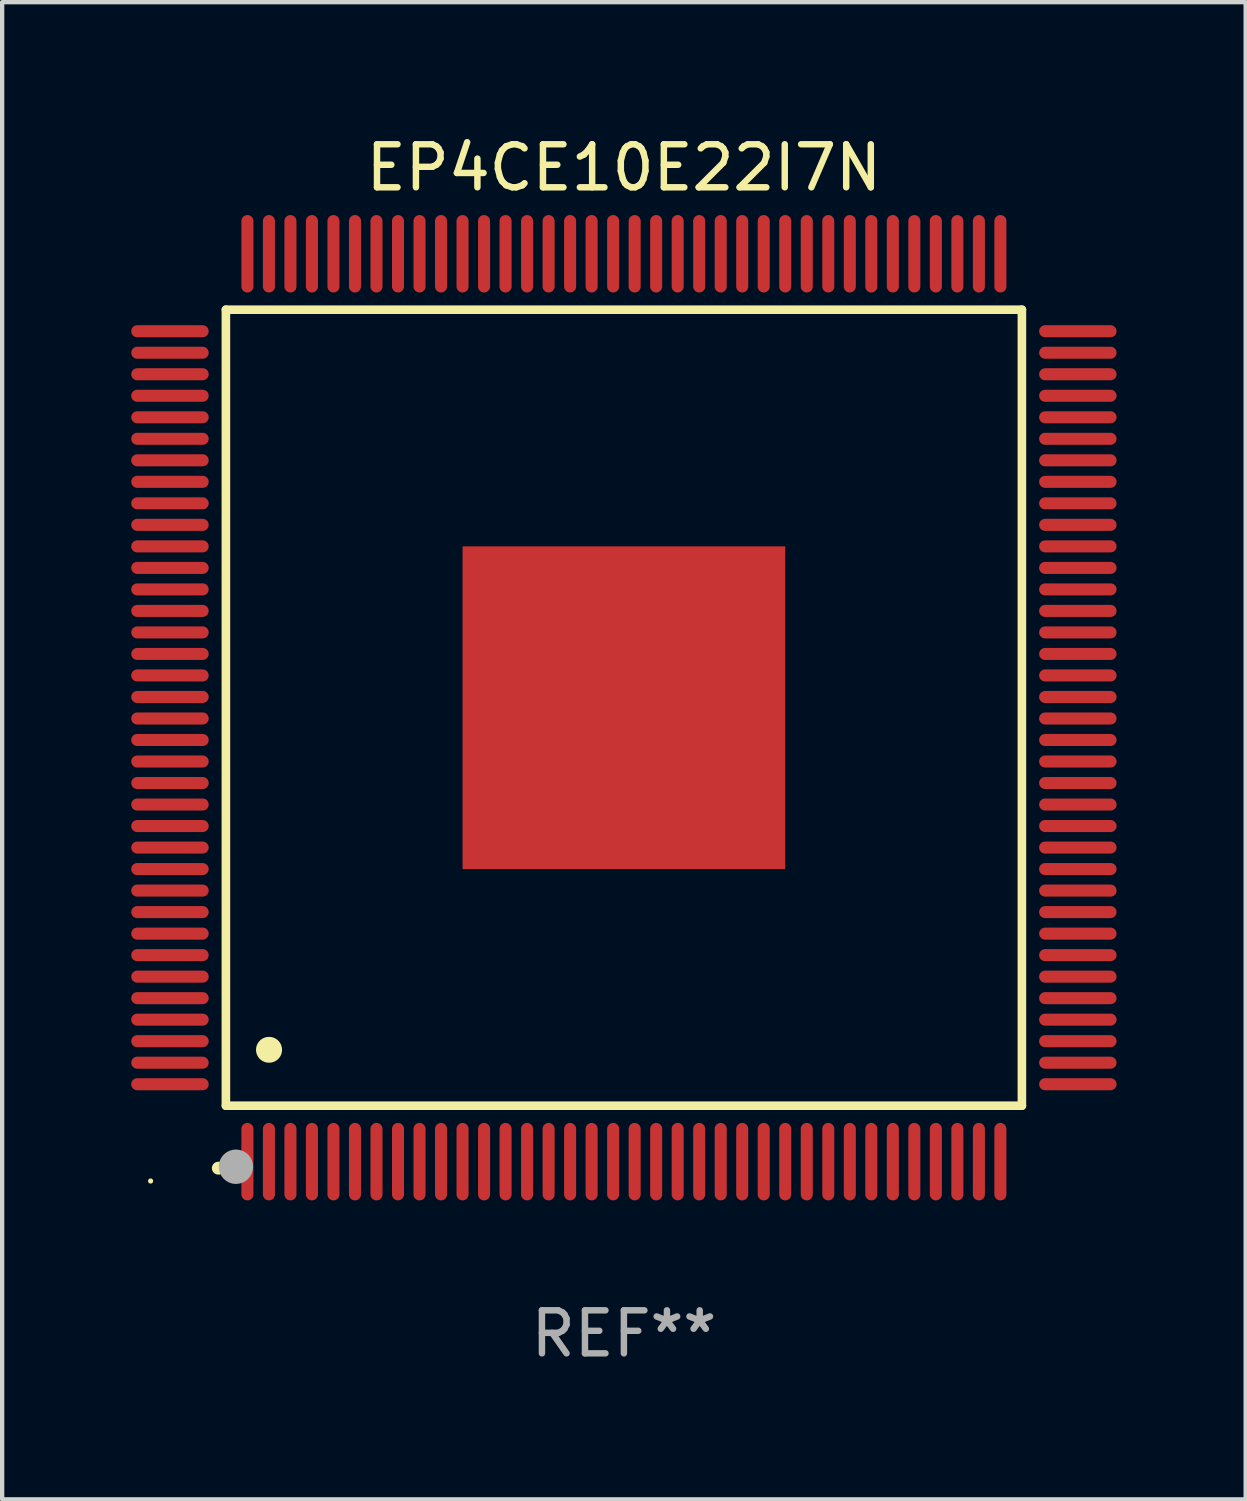
<source format=kicad_pcb>
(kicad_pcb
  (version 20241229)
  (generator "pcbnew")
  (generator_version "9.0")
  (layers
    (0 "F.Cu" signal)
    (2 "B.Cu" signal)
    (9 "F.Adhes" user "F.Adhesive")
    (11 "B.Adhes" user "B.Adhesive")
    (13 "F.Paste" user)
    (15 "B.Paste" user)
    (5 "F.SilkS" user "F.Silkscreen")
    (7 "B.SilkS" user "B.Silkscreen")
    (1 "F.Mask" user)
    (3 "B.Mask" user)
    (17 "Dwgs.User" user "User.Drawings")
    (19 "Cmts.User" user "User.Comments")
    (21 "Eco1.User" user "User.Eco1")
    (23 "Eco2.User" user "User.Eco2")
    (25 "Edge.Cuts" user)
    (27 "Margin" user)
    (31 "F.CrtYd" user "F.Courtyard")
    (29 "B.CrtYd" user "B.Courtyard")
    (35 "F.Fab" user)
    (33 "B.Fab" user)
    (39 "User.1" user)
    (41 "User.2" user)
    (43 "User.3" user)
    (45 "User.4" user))
  (footprint "EP4CE10E22I7N"
    (layer "F.Cu")
    (at 11.45 13.398)
    (property "Reference" "EP4CE10E22I7N" (at 0 -12.55 0) (layer "F.SilkS") (effects (font (size 1 1) (thickness 0.15))))
    (attr through_hole)
    (fp_line (start -9.25 -9.25) (end 9.25 -9.25) (stroke (width 0.2) (type solid)) (layer "F.SilkS"))
    (fp_line (start -9.25 9.25) (end -9.25 -9.25) (stroke (width 0.2) (type solid)) (layer "F.SilkS"))
    (fp_line (start 9.25 -9.25) (end 9.25 9.25) (stroke (width 0.2) (type solid)) (layer "F.SilkS"))
    (fp_line (start 9.25 9.25) (end -9.25 9.25) (stroke (width 0.2) (type solid)) (layer "F.SilkS"))
    (fp_arc (start -9.425959 10.701041) (mid -9.424689 10.701036) (end -9.423419 10.701041) (stroke (width 0.3) (type solid)) (layer "F.SilkS"))
    (fp_arc (start -8.249936 7.950216) (mid -8.247396 7.950205) (end -8.244856 7.950216) (stroke (width 0.6) (type solid)) (layer "F.SilkS"))
    (fp_circle (center -11 11) (end -10.97 11) (stroke (width 0.06) (type solid)) (fill no) (layer "F.SilkS"))
    (fp_circle (center -9.017 10.668) (end -8.817 10.668) (stroke (width 0.4) (type solid)) (fill no) (layer "F.Fab"))
    (fp_text user "REF**" (at 0 14.55 0) (layer "F.Fab") (effects (font (size 1 1) (thickness 0.15))))
    (pad "1" smd oval (at -8.75 10.55 180) (size 0.28 1.8) (layers "F.Cu" "F.Mask" "F.Paste"))
    (pad "2" smd oval (at -8.25 10.55 180) (size 0.28 1.8) (layers "F.Cu" "F.Mask" "F.Paste"))
    (pad "3" smd oval (at -7.75 10.55 180) (size 0.28 1.8) (layers "F.Cu" "F.Mask" "F.Paste"))
    (pad "4" smd oval (at -7.25 10.55 180) (size 0.28 1.8) (layers "F.Cu" "F.Mask" "F.Paste"))
    (pad "5" smd oval (at -6.75 10.55 180) (size 0.28 1.8) (layers "F.Cu" "F.Mask" "F.Paste"))
    (pad "6" smd oval (at -6.25 10.55 180) (size 0.28 1.8) (layers "F.Cu" "F.Mask" "F.Paste"))
    (pad "7" smd oval (at -5.75 10.55 180) (size 0.28 1.8) (layers "F.Cu" "F.Mask" "F.Paste"))
    (pad "8" smd oval (at -5.25 10.55 180) (size 0.28 1.8) (layers "F.Cu" "F.Mask" "F.Paste"))
    (pad "9" smd oval (at -4.75 10.55 180) (size 0.28 1.8) (layers "F.Cu" "F.Mask" "F.Paste"))
    (pad "10" smd oval (at -4.25 10.55 180) (size 0.28 1.8) (layers "F.Cu" "F.Mask" "F.Paste"))
    (pad "11" smd oval (at -3.75 10.55 180) (size 0.28 1.8) (layers "F.Cu" "F.Mask" "F.Paste"))
    (pad "12" smd oval (at -3.25 10.55 180) (size 0.28 1.8) (layers "F.Cu" "F.Mask" "F.Paste"))
    (pad "13" smd oval (at -2.75 10.55 180) (size 0.28 1.8) (layers "F.Cu" "F.Mask" "F.Paste"))
    (pad "14" smd oval (at -2.25 10.55 180) (size 0.28 1.8) (layers "F.Cu" "F.Mask" "F.Paste"))
    (pad "15" smd oval (at -1.75 10.55 180) (size 0.28 1.8) (layers "F.Cu" "F.Mask" "F.Paste"))
    (pad "16" smd oval (at -1.25 10.55 180) (size 0.28 1.8) (layers "F.Cu" "F.Mask" "F.Paste"))
    (pad "17" smd oval (at -0.75 10.55 180) (size 0.28 1.8) (layers "F.Cu" "F.Mask" "F.Paste"))
    (pad "18" smd oval (at -0.25 10.55 180) (size 0.28 1.8) (layers "F.Cu" "F.Mask" "F.Paste"))
    (pad "19" smd oval (at 0.25 10.55 180) (size 0.28 1.8) (layers "F.Cu" "F.Mask" "F.Paste"))
    (pad "20" smd oval (at 0.75 10.55 180) (size 0.28 1.8) (layers "F.Cu" "F.Mask" "F.Paste"))
    (pad "21" smd oval (at 1.25 10.55 180) (size 0.28 1.8) (layers "F.Cu" "F.Mask" "F.Paste"))
    (pad "22" smd oval (at 1.75 10.55 180) (size 0.28 1.8) (layers "F.Cu" "F.Mask" "F.Paste"))
    (pad "23" smd oval (at 2.25 10.55 180) (size 0.28 1.8) (layers "F.Cu" "F.Mask" "F.Paste"))
    (pad "24" smd oval (at 2.75 10.55 180) (size 0.28 1.8) (layers "F.Cu" "F.Mask" "F.Paste"))
    (pad "25" smd oval (at 3.25 10.55 180) (size 0.28 1.8) (layers "F.Cu" "F.Mask" "F.Paste"))
    (pad "26" smd oval (at 3.75 10.55 180) (size 0.28 1.8) (layers "F.Cu" "F.Mask" "F.Paste"))
    (pad "27" smd oval (at 4.25 10.55 180) (size 0.28 1.8) (layers "F.Cu" "F.Mask" "F.Paste"))
    (pad "28" smd oval (at 4.75 10.55 180) (size 0.28 1.8) (layers "F.Cu" "F.Mask" "F.Paste"))
    (pad "29" smd oval (at 5.25 10.55 180) (size 0.28 1.8) (layers "F.Cu" "F.Mask" "F.Paste"))
    (pad "30" smd oval (at 5.75 10.55 180) (size 0.28 1.8) (layers "F.Cu" "F.Mask" "F.Paste"))
    (pad "31" smd oval (at 6.25 10.55 180) (size 0.28 1.8) (layers "F.Cu" "F.Mask" "F.Paste"))
    (pad "32" smd oval (at 6.75 10.55 180) (size 0.28 1.8) (layers "F.Cu" "F.Mask" "F.Paste"))
    (pad "33" smd oval (at 7.25 10.55 180) (size 0.28 1.8) (layers "F.Cu" "F.Mask" "F.Paste"))
    (pad "34" smd oval (at 7.75 10.55 180) (size 0.28 1.8) (layers "F.Cu" "F.Mask" "F.Paste"))
    (pad "35" smd oval (at 8.25 10.55 180) (size 0.28 1.8) (layers "F.Cu" "F.Mask" "F.Paste"))
    (pad "36" smd oval (at 8.75 10.55 180) (size 0.28 1.8) (layers "F.Cu" "F.Mask" "F.Paste"))
    (pad "37" smd oval (at 10.55 8.75 90) (size 0.28 1.8) (layers "F.Cu" "F.Mask" "F.Paste"))
    (pad "38" smd oval (at 10.55 8.25 90) (size 0.28 1.8) (layers "F.Cu" "F.Mask" "F.Paste"))
    (pad "39" smd oval (at 10.55 7.75 90) (size 0.28 1.8) (layers "F.Cu" "F.Mask" "F.Paste"))
    (pad "40" smd oval (at 10.55 7.25 90) (size 0.28 1.8) (layers "F.Cu" "F.Mask" "F.Paste"))
    (pad "41" smd oval (at 10.55 6.75 90) (size 0.28 1.8) (layers "F.Cu" "F.Mask" "F.Paste"))
    (pad "42" smd oval (at 10.55 6.25 90) (size 0.28 1.8) (layers "F.Cu" "F.Mask" "F.Paste"))
    (pad "43" smd oval (at 10.55 5.75 90) (size 0.28 1.8) (layers "F.Cu" "F.Mask" "F.Paste"))
    (pad "44" smd oval (at 10.55 5.25 90) (size 0.28 1.8) (layers "F.Cu" "F.Mask" "F.Paste"))
    (pad "45" smd oval (at 10.55 4.75 90) (size 0.28 1.8) (layers "F.Cu" "F.Mask" "F.Paste"))
    (pad "46" smd oval (at 10.55 4.25 90) (size 0.28 1.8) (layers "F.Cu" "F.Mask" "F.Paste"))
    (pad "47" smd oval (at 10.55 3.75 90) (size 0.28 1.8) (layers "F.Cu" "F.Mask" "F.Paste"))
    (pad "48" smd oval (at 10.55 3.25 90) (size 0.28 1.8) (layers "F.Cu" "F.Mask" "F.Paste"))
    (pad "49" smd oval (at 10.55 2.75 90) (size 0.28 1.8) (layers "F.Cu" "F.Mask" "F.Paste"))
    (pad "50" smd oval (at 10.55 2.25 90) (size 0.28 1.8) (layers "F.Cu" "F.Mask" "F.Paste"))
    (pad "51" smd oval (at 10.55 1.75 90) (size 0.28 1.8) (layers "F.Cu" "F.Mask" "F.Paste"))
    (pad "52" smd oval (at 10.55 1.25 90) (size 0.28 1.8) (layers "F.Cu" "F.Mask" "F.Paste"))
    (pad "53" smd oval (at 10.55 0.75 90) (size 0.28 1.8) (layers "F.Cu" "F.Mask" "F.Paste"))
    (pad "54" smd oval (at 10.55 0.25 90) (size 0.28 1.8) (layers "F.Cu" "F.Mask" "F.Paste"))
    (pad "55" smd oval (at 10.55 -0.25 90) (size 0.28 1.8) (layers "F.Cu" "F.Mask" "F.Paste"))
    (pad "56" smd oval (at 10.55 -0.75 90) (size 0.28 1.8) (layers "F.Cu" "F.Mask" "F.Paste"))
    (pad "57" smd oval (at 10.55 -1.25 90) (size 0.28 1.8) (layers "F.Cu" "F.Mask" "F.Paste"))
    (pad "58" smd oval (at 10.55 -1.75 90) (size 0.28 1.8) (layers "F.Cu" "F.Mask" "F.Paste"))
    (pad "59" smd oval (at 10.55 -2.25 90) (size 0.28 1.8) (layers "F.Cu" "F.Mask" "F.Paste"))
    (pad "60" smd oval (at 10.55 -2.75 90) (size 0.28 1.8) (layers "F.Cu" "F.Mask" "F.Paste"))
    (pad "61" smd oval (at 10.55 -3.25 90) (size 0.28 1.8) (layers "F.Cu" "F.Mask" "F.Paste"))
    (pad "62" smd oval (at 10.55 -3.75 90) (size 0.28 1.8) (layers "F.Cu" "F.Mask" "F.Paste"))
    (pad "63" smd oval (at 10.55 -4.25 90) (size 0.28 1.8) (layers "F.Cu" "F.Mask" "F.Paste"))
    (pad "64" smd oval (at 10.55 -4.75 90) (size 0.28 1.8) (layers "F.Cu" "F.Mask" "F.Paste"))
    (pad "65" smd oval (at 10.55 -5.25 90) (size 0.28 1.8) (layers "F.Cu" "F.Mask" "F.Paste"))
    (pad "66" smd oval (at 10.55 -5.75 90) (size 0.28 1.8) (layers "F.Cu" "F.Mask" "F.Paste"))
    (pad "67" smd oval (at 10.55 -6.25 90) (size 0.28 1.8) (layers "F.Cu" "F.Mask" "F.Paste"))
    (pad "68" smd oval (at 10.55 -6.75 90) (size 0.28 1.8) (layers "F.Cu" "F.Mask" "F.Paste"))
    (pad "69" smd oval (at 10.55 -7.25 90) (size 0.28 1.8) (layers "F.Cu" "F.Mask" "F.Paste"))
    (pad "70" smd oval (at 10.55 -7.75 90) (size 0.28 1.8) (layers "F.Cu" "F.Mask" "F.Paste"))
    (pad "71" smd oval (at 10.55 -8.25 90) (size 0.28 1.8) (layers "F.Cu" "F.Mask" "F.Paste"))
    (pad "72" smd oval (at 10.55 -8.75 90) (size 0.28 1.8) (layers "F.Cu" "F.Mask" "F.Paste"))
    (pad "73" smd oval (at 8.75 -10.55 180) (size 0.28 1.8) (layers "F.Cu" "F.Mask" "F.Paste"))
    (pad "74" smd oval (at 8.25 -10.55 180) (size 0.28 1.8) (layers "F.Cu" "F.Mask" "F.Paste"))
    (pad "75" smd oval (at 7.75 -10.55 180) (size 0.28 1.8) (layers "F.Cu" "F.Mask" "F.Paste"))
    (pad "76" smd oval (at 7.25 -10.55 180) (size 0.28 1.8) (layers "F.Cu" "F.Mask" "F.Paste"))
    (pad "77" smd oval (at 6.75 -10.55 180) (size 0.28 1.8) (layers "F.Cu" "F.Mask" "F.Paste"))
    (pad "78" smd oval (at 6.25 -10.55 180) (size 0.28 1.8) (layers "F.Cu" "F.Mask" "F.Paste"))
    (pad "79" smd oval (at 5.75 -10.55 180) (size 0.28 1.8) (layers "F.Cu" "F.Mask" "F.Paste"))
    (pad "80" smd oval (at 5.25 -10.55 180) (size 0.28 1.8) (layers "F.Cu" "F.Mask" "F.Paste"))
    (pad "81" smd oval (at 4.75 -10.55 180) (size 0.28 1.8) (layers "F.Cu" "F.Mask" "F.Paste"))
    (pad "82" smd oval (at 4.25 -10.55 180) (size 0.28 1.8) (layers "F.Cu" "F.Mask" "F.Paste"))
    (pad "83" smd oval (at 3.75 -10.55 180) (size 0.28 1.8) (layers "F.Cu" "F.Mask" "F.Paste"))
    (pad "84" smd oval (at 3.25 -10.55 180) (size 0.28 1.8) (layers "F.Cu" "F.Mask" "F.Paste"))
    (pad "85" smd oval (at 2.75 -10.55 180) (size 0.28 1.8) (layers "F.Cu" "F.Mask" "F.Paste"))
    (pad "86" smd oval (at 2.25 -10.55 180) (size 0.28 1.8) (layers "F.Cu" "F.Mask" "F.Paste"))
    (pad "87" smd oval (at 1.75 -10.55 180) (size 0.28 1.8) (layers "F.Cu" "F.Mask" "F.Paste"))
    (pad "88" smd oval (at 1.25 -10.55 180) (size 0.28 1.8) (layers "F.Cu" "F.Mask" "F.Paste"))
    (pad "89" smd oval (at 0.75 -10.55 180) (size 0.28 1.8) (layers "F.Cu" "F.Mask" "F.Paste"))
    (pad "90" smd oval (at 0.25 -10.55 180) (size 0.28 1.8) (layers "F.Cu" "F.Mask" "F.Paste"))
    (pad "91" smd oval (at -0.25 -10.55 180) (size 0.28 1.8) (layers "F.Cu" "F.Mask" "F.Paste"))
    (pad "92" smd oval (at -0.75 -10.55 180) (size 0.28 1.8) (layers "F.Cu" "F.Mask" "F.Paste"))
    (pad "93" smd oval (at -1.25 -10.55 180) (size 0.28 1.8) (layers "F.Cu" "F.Mask" "F.Paste"))
    (pad "94" smd oval (at -1.75 -10.55 180) (size 0.28 1.8) (layers "F.Cu" "F.Mask" "F.Paste"))
    (pad "95" smd oval (at -2.25 -10.55 180) (size 0.28 1.8) (layers "F.Cu" "F.Mask" "F.Paste"))
    (pad "96" smd oval (at -2.75 -10.55 180) (size 0.28 1.8) (layers "F.Cu" "F.Mask" "F.Paste"))
    (pad "97" smd oval (at -3.25 -10.55 180) (size 0.28 1.8) (layers "F.Cu" "F.Mask" "F.Paste"))
    (pad "98" smd oval (at -3.75 -10.55 180) (size 0.28 1.8) (layers "F.Cu" "F.Mask" "F.Paste"))
    (pad "99" smd oval (at -4.25 -10.55 180) (size 0.28 1.8) (layers "F.Cu" "F.Mask" "F.Paste"))
    (pad "100" smd oval (at -4.75 -10.55 180) (size 0.28 1.8) (layers "F.Cu" "F.Mask" "F.Paste"))
    (pad "101" smd oval (at -5.25 -10.55 180) (size 0.28 1.8) (layers "F.Cu" "F.Mask" "F.Paste"))
    (pad "102" smd oval (at -5.75 -10.55 180) (size 0.28 1.8) (layers "F.Cu" "F.Mask" "F.Paste"))
    (pad "103" smd oval (at -6.25 -10.55 180) (size 0.28 1.8) (layers "F.Cu" "F.Mask" "F.Paste"))
    (pad "104" smd oval (at -6.75 -10.55 180) (size 0.28 1.8) (layers "F.Cu" "F.Mask" "F.Paste"))
    (pad "105" smd oval (at -7.25 -10.55 180) (size 0.28 1.8) (layers "F.Cu" "F.Mask" "F.Paste"))
    (pad "106" smd oval (at -7.75 -10.55 180) (size 0.28 1.8) (layers "F.Cu" "F.Mask" "F.Paste"))
    (pad "107" smd oval (at -8.25 -10.55 180) (size 0.28 1.8) (layers "F.Cu" "F.Mask" "F.Paste"))
    (pad "108" smd oval (at -8.75 -10.55 180) (size 0.28 1.8) (layers "F.Cu" "F.Mask" "F.Paste"))
    (pad "109" smd oval (at -10.55 -8.75 90) (size 0.28 1.8) (layers "F.Cu" "F.Mask" "F.Paste"))
    (pad "110" smd oval (at -10.55 -8.25 90) (size 0.28 1.8) (layers "F.Cu" "F.Mask" "F.Paste"))
    (pad "111" smd oval (at -10.55 -7.75 90) (size 0.28 1.8) (layers "F.Cu" "F.Mask" "F.Paste"))
    (pad "112" smd oval (at -10.55 -7.25 90) (size 0.28 1.8) (layers "F.Cu" "F.Mask" "F.Paste"))
    (pad "113" smd oval (at -10.55 -6.75 90) (size 0.28 1.8) (layers "F.Cu" "F.Mask" "F.Paste"))
    (pad "114" smd oval (at -10.55 -6.25 90) (size 0.28 1.8) (layers "F.Cu" "F.Mask" "F.Paste"))
    (pad "115" smd oval (at -10.55 -5.75 90) (size 0.28 1.8) (layers "F.Cu" "F.Mask" "F.Paste"))
    (pad "116" smd oval (at -10.55 -5.25 90) (size 0.28 1.8) (layers "F.Cu" "F.Mask" "F.Paste"))
    (pad "117" smd oval (at -10.55 -4.75 90) (size 0.28 1.8) (layers "F.Cu" "F.Mask" "F.Paste"))
    (pad "118" smd oval (at -10.55 -4.25 90) (size 0.28 1.8) (layers "F.Cu" "F.Mask" "F.Paste"))
    (pad "119" smd oval (at -10.55 -3.75 90) (size 0.28 1.8) (layers "F.Cu" "F.Mask" "F.Paste"))
    (pad "120" smd oval (at -10.55 -3.25 90) (size 0.28 1.8) (layers "F.Cu" "F.Mask" "F.Paste"))
    (pad "121" smd oval (at -10.55 -2.75 90) (size 0.28 1.8) (layers "F.Cu" "F.Mask" "F.Paste"))
    (pad "122" smd oval (at -10.55 -2.25 90) (size 0.28 1.8) (layers "F.Cu" "F.Mask" "F.Paste"))
    (pad "123" smd oval (at -10.55 -1.75 90) (size 0.28 1.8) (layers "F.Cu" "F.Mask" "F.Paste"))
    (pad "124" smd oval (at -10.55 -1.25 90) (size 0.28 1.8) (layers "F.Cu" "F.Mask" "F.Paste"))
    (pad "125" smd oval (at -10.55 -0.75 90) (size 0.28 1.8) (layers "F.Cu" "F.Mask" "F.Paste"))
    (pad "126" smd oval (at -10.55 -0.25 90) (size 0.28 1.8) (layers "F.Cu" "F.Mask" "F.Paste"))
    (pad "127" smd oval (at -10.55 0.25 90) (size 0.28 1.8) (layers "F.Cu" "F.Mask" "F.Paste"))
    (pad "128" smd oval (at -10.55 0.75 90) (size 0.28 1.8) (layers "F.Cu" "F.Mask" "F.Paste"))
    (pad "129" smd oval (at -10.55 1.25 90) (size 0.28 1.8) (layers "F.Cu" "F.Mask" "F.Paste"))
    (pad "130" smd oval (at -10.55 1.75 90) (size 0.28 1.8) (layers "F.Cu" "F.Mask" "F.Paste"))
    (pad "131" smd oval (at -10.55 2.25 90) (size 0.28 1.8) (layers "F.Cu" "F.Mask" "F.Paste"))
    (pad "132" smd oval (at -10.55 2.75 90) (size 0.28 1.8) (layers "F.Cu" "F.Mask" "F.Paste"))
    (pad "133" smd oval (at -10.55 3.25 90) (size 0.28 1.8) (layers "F.Cu" "F.Mask" "F.Paste"))
    (pad "134" smd oval (at -10.55 3.75 90) (size 0.28 1.8) (layers "F.Cu" "F.Mask" "F.Paste"))
    (pad "135" smd oval (at -10.55 4.25 90) (size 0.28 1.8) (layers "F.Cu" "F.Mask" "F.Paste"))
    (pad "136" smd oval (at -10.55 4.75 90) (size 0.28 1.8) (layers "F.Cu" "F.Mask" "F.Paste"))
    (pad "137" smd oval (at -10.55 5.25 90) (size 0.28 1.8) (layers "F.Cu" "F.Mask" "F.Paste"))
    (pad "138" smd oval (at -10.55 5.75 90) (size 0.28 1.8) (layers "F.Cu" "F.Mask" "F.Paste"))
    (pad "139" smd oval (at -10.55 6.25 90) (size 0.28 1.8) (layers "F.Cu" "F.Mask" "F.Paste"))
    (pad "140" smd oval (at -10.55 6.75 90) (size 0.28 1.8) (layers "F.Cu" "F.Mask" "F.Paste"))
    (pad "141" smd oval (at -10.55 7.25 90) (size 0.28 1.8) (layers "F.Cu" "F.Mask" "F.Paste"))
    (pad "142" smd oval (at -10.55 7.75 90) (size 0.28 1.8) (layers "F.Cu" "F.Mask" "F.Paste"))
    (pad "143" smd oval (at -10.55 8.25 90) (size 0.28 1.8) (layers "F.Cu" "F.Mask" "F.Paste"))
    (pad "144" smd oval (at -10.55 8.75 90) (size 0.28 1.8) (layers "F.Cu" "F.Mask" "F.Paste"))
    (pad "145" smd rect (at 0 0 90) (size 7.5 7.5) (layers "F.Cu" "F.Mask" "F.Paste")))
  (gr_rect
    (start -3 -3)
    (end 25.9 31.796)
    (stroke (width 0.1) (type default))
    (fill no)
    (layer "Edge.Cuts")))
</source>
